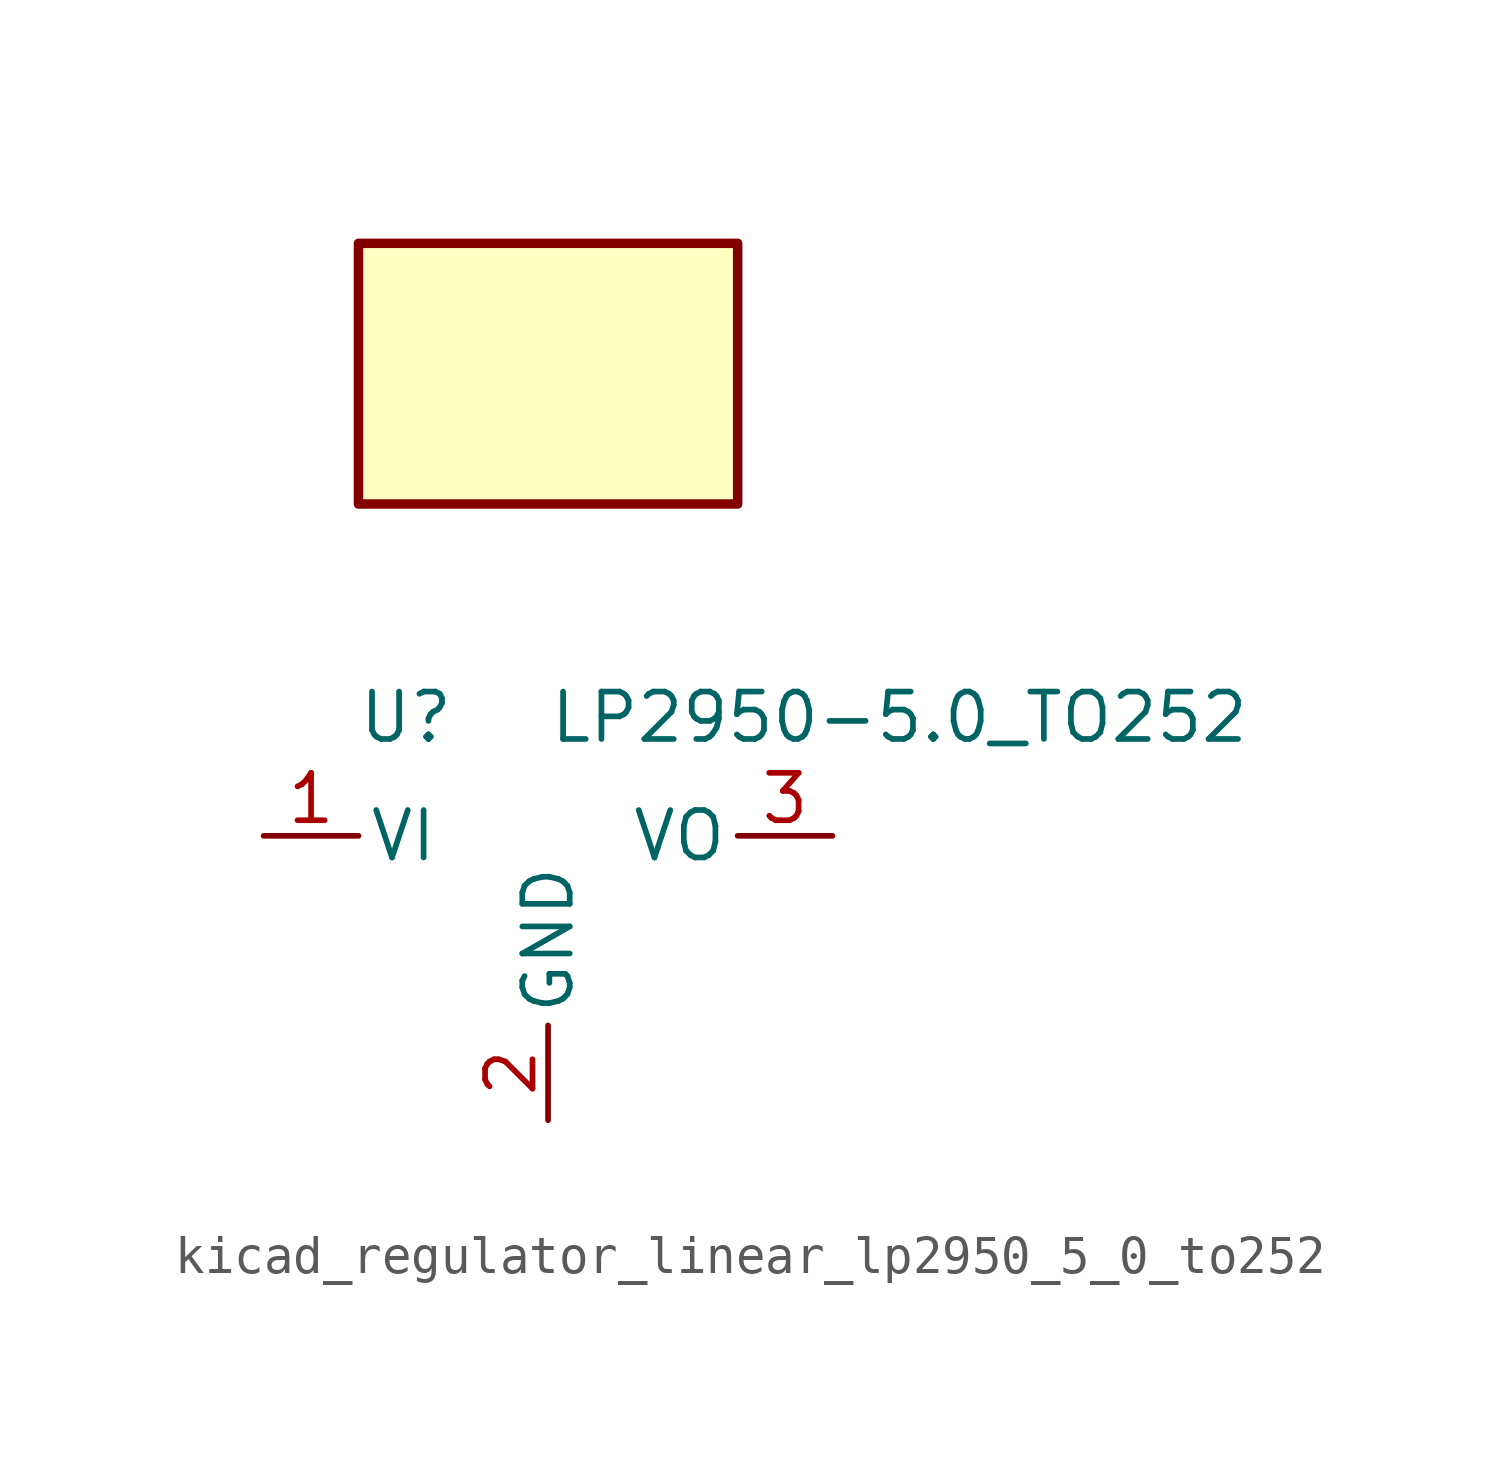
<source format=kicad_sym>
(kicad_symbol_lib
  (version 20220914)
  (generator kicad_symbol_editor)
  (symbol "kicad_regulator_linear_lp2950_5_0_to252"
    (pin_names
      (offset 0.254))
    (property "Reference" "U"
      (at -3.81 3.175 0)
      (effects (font (size 1.27 1.27))))
    (property "Value" "LP2950-5.0_TO252"
      (at 0 3.175 0)
      (effects (font (size 1.27 1.27)) (justify left)))
    (symbol "kicad_regulator_linear_lp2950_5_0_to252_0_1"
      (rectangle (start 5.08 15.875) (end -5.08 8.89) (stroke (width 0.254) (type default)) (fill (type background))))
    (symbol "kicad_regulator_linear_lp2950_5_0_to252_1_1"
      (pin power_in line (at -7.62 0 0) (length 2.54) (name "VI" (effects (font (size 1.27 1.27)))) (number "1" (effects (font (size 1.27 1.27)))))
      (pin power_in line (at 0 -7.62 90) (length 2.54) (name "GND" (effects (font (size 1.27 1.27)))) (number "2" (effects (font (size 1.27 1.27)))))
      (pin power_out line (at 7.62 0 180) (length 2.54) (name "VO" (effects (font (size 1.27 1.27)))) (number "3" (effects (font (size 1.27 1.27))))))))
</source>
